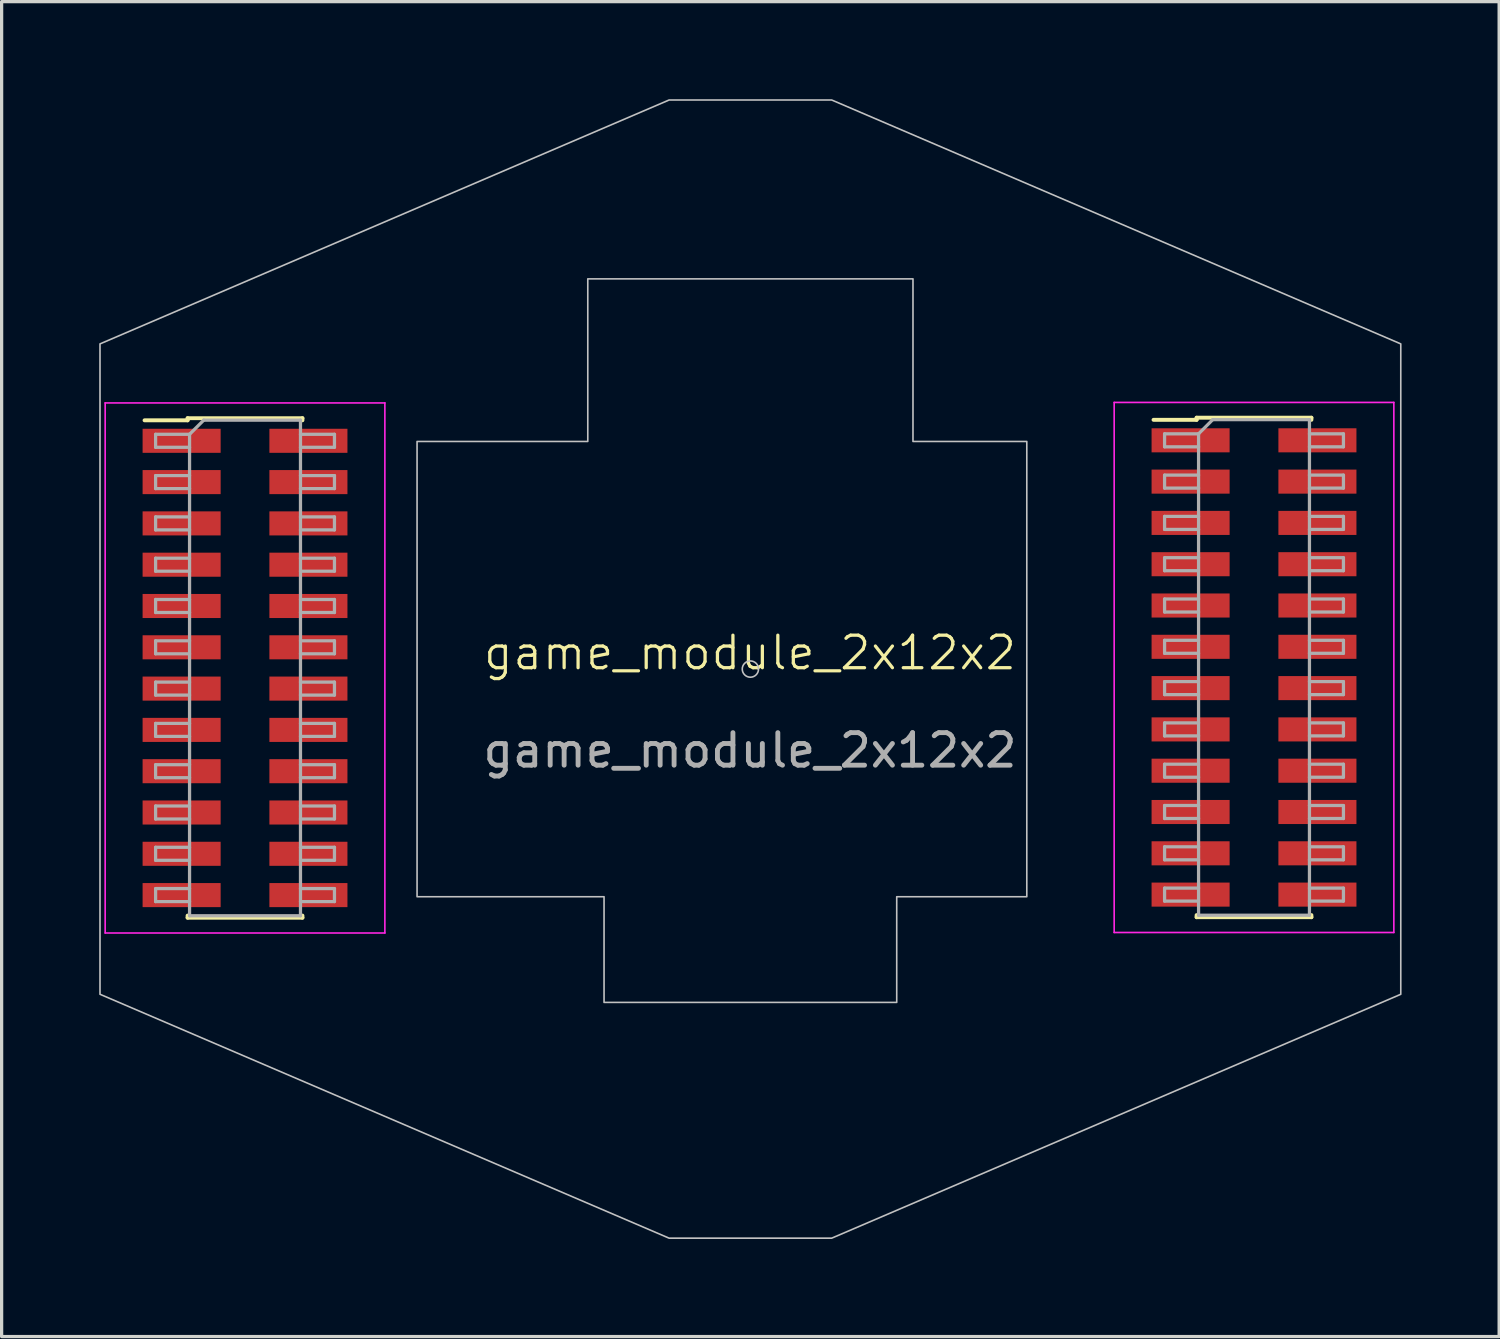
<source format=kicad_pcb>
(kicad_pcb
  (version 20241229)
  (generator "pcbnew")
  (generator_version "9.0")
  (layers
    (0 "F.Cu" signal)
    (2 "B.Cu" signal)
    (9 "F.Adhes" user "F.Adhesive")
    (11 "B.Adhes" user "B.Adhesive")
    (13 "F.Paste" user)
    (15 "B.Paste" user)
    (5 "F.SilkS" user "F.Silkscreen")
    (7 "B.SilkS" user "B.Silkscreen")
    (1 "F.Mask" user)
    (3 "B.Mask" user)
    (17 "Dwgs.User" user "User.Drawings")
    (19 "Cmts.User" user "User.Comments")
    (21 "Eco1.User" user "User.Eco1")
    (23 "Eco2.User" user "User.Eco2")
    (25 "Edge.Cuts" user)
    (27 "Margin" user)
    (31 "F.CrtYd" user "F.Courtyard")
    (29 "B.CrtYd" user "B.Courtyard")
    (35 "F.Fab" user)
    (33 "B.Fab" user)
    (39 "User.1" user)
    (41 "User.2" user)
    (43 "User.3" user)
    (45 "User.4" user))
  (footprint "game_module_2x12x2"
    (layer "F.Cu")
    (at 20.012 17.525)
    (property "Reference" "game_module_2x12x2" (at 0 -0.5 0) (unlocked yes) (layer "F.SilkS") (effects (font (size 1 1) (thickness 0.1))))
    (attr smd)
    (fp_line (start -18.617 -7.65) (end -17.293 -7.65) (stroke (width 0.12) (type solid)) (layer "F.SilkS"))
    (fp_line (start -17.293 -7.715) (end -17.293 -7.65) (stroke (width 0.12) (type solid)) (layer "F.SilkS"))
    (fp_line (start -17.293 -7.715) (end -13.762 -7.715) (stroke (width 0.12) (type solid)) (layer "F.SilkS"))
    (fp_line (start -17.293 7.58) (end -17.293 7.645) (stroke (width 0.12) (type solid)) (layer "F.SilkS"))
    (fp_line (start -17.293 7.645) (end -13.762 7.645) (stroke (width 0.12) (type solid)) (layer "F.SilkS"))
    (fp_line (start -13.762 -7.715) (end -13.762 -7.65) (stroke (width 0.12) (type solid)) (layer "F.SilkS"))
    (fp_line (start -13.762 7.58) (end -13.762 7.645) (stroke (width 0.12) (type solid)) (layer "F.SilkS"))
    (fp_line (start 12.41 -7.665) (end 13.735 -7.665) (stroke (width 0.12) (type solid)) (layer "F.SilkS"))
    (fp_line (start 13.735 -7.73) (end 13.735 -7.665) (stroke (width 0.12) (type solid)) (layer "F.SilkS"))
    (fp_line (start 13.735 -7.73) (end 17.265 -7.73) (stroke (width 0.12) (type solid)) (layer "F.SilkS"))
    (fp_line (start 13.735 7.565) (end 13.735 7.63) (stroke (width 0.12) (type solid)) (layer "F.SilkS"))
    (fp_line (start 13.735 7.63) (end 17.265 7.63) (stroke (width 0.12) (type solid)) (layer "F.SilkS"))
    (fp_line (start 17.265 -7.73) (end 17.265 -7.665) (stroke (width 0.12) (type solid)) (layer "F.SilkS"))
    (fp_line (start 17.265 7.565) (end 17.265 7.63) (stroke (width 0.12) (type solid)) (layer "F.SilkS"))
    (fp_circle (center 0.013 0) (end 0.263 0) (stroke (width 0.05) (type default)) (fill no) (layer "Dwgs.User"))
    (fp_poly (pts (xy -2.487 17.5) (xy 2.513 17.5) (xy 20.013 10) (xy 20.013 -10) (xy 2.513 -17.5) (xy -2.487 -17.5) (xy -19.987 -10) (xy -19.987 10)) (stroke (width 0.05) (type solid)) (fill no) (layer "Dwgs.User"))
    (fp_poly (pts (xy -4.987 -12) (xy 5.013 -12) (xy 5.013 -7) (xy 8.513 -7) (xy 8.513 7) (xy 4.513 7) (xy 4.513 10.25) (xy -4.487 10.25) (xy -4.487 7) (xy -10.237 7) (xy -10.237 -7) (xy -4.987 -7)) (stroke (width 0.05) (type solid)) (fill no) (layer "Dwgs.User"))
    (fp_line (start -19.828 -8.185) (end -19.828 8.115) (stroke (width 0.05) (type solid)) (layer "F.CrtYd"))
    (fp_line (start -19.828 8.115) (end -11.227 8.115) (stroke (width 0.05) (type solid)) (layer "F.CrtYd"))
    (fp_line (start -11.227 -8.185) (end -19.828 -8.185) (stroke (width 0.05) (type solid)) (layer "F.CrtYd"))
    (fp_line (start -11.227 8.115) (end -11.227 -8.185) (stroke (width 0.05) (type solid)) (layer "F.CrtYd"))
    (fp_line (start 11.2 -8.2) (end 11.2 8.1) (stroke (width 0.05) (type solid)) (layer "F.CrtYd"))
    (fp_line (start 11.2 8.1) (end 19.8 8.1) (stroke (width 0.05) (type solid)) (layer "F.CrtYd"))
    (fp_line (start 19.8 -8.2) (end 11.2 -8.2) (stroke (width 0.05) (type solid)) (layer "F.CrtYd"))
    (fp_line (start 19.8 8.1) (end 19.8 -8.2) (stroke (width 0.05) (type solid)) (layer "F.CrtYd"))
    (fp_line (start -18.277 -7.22) (end -18.277 -6.82) (stroke (width 0.1) (type solid)) (layer "F.Fab"))
    (fp_line (start -18.277 -6.82) (end -17.233 -6.82) (stroke (width 0.1) (type solid)) (layer "F.Fab"))
    (fp_line (start -18.277 -5.95) (end -18.277 -5.55) (stroke (width 0.1) (type solid)) (layer "F.Fab"))
    (fp_line (start -18.277 -5.55) (end -17.233 -5.55) (stroke (width 0.1) (type solid)) (layer "F.Fab"))
    (fp_line (start -18.277 -4.68) (end -18.277 -4.28) (stroke (width 0.1) (type solid)) (layer "F.Fab"))
    (fp_line (start -18.277 -4.28) (end -17.233 -4.28) (stroke (width 0.1) (type solid)) (layer "F.Fab"))
    (fp_line (start -18.277 -3.41) (end -18.277 -3.01) (stroke (width 0.1) (type solid)) (layer "F.Fab"))
    (fp_line (start -18.277 -3.01) (end -17.233 -3.01) (stroke (width 0.1) (type solid)) (layer "F.Fab"))
    (fp_line (start -18.277 -2.14) (end -18.277 -1.74) (stroke (width 0.1) (type solid)) (layer "F.Fab"))
    (fp_line (start -18.277 -1.74) (end -17.233 -1.74) (stroke (width 0.1) (type solid)) (layer "F.Fab"))
    (fp_line (start -18.277 -0.87) (end -18.277 -0.47) (stroke (width 0.1) (type solid)) (layer "F.Fab"))
    (fp_line (start -18.277 -0.47) (end -17.233 -0.47) (stroke (width 0.1) (type solid)) (layer "F.Fab"))
    (fp_line (start -18.277 0.4) (end -18.277 0.8) (stroke (width 0.1) (type solid)) (layer "F.Fab"))
    (fp_line (start -18.277 0.8) (end -17.233 0.8) (stroke (width 0.1) (type solid)) (layer "F.Fab"))
    (fp_line (start -18.277 1.67) (end -18.277 2.07) (stroke (width 0.1) (type solid)) (layer "F.Fab"))
    (fp_line (start -18.277 2.07) (end -17.233 2.07) (stroke (width 0.1) (type solid)) (layer "F.Fab"))
    (fp_line (start -18.277 2.94) (end -18.277 3.34) (stroke (width 0.1) (type solid)) (layer "F.Fab"))
    (fp_line (start -18.277 3.34) (end -17.233 3.34) (stroke (width 0.1) (type solid)) (layer "F.Fab"))
    (fp_line (start -18.277 4.21) (end -18.277 4.61) (stroke (width 0.1) (type solid)) (layer "F.Fab"))
    (fp_line (start -18.277 4.61) (end -17.233 4.61) (stroke (width 0.1) (type solid)) (layer "F.Fab"))
    (fp_line (start -18.277 5.48) (end -18.277 5.88) (stroke (width 0.1) (type solid)) (layer "F.Fab"))
    (fp_line (start -18.277 5.88) (end -17.233 5.88) (stroke (width 0.1) (type solid)) (layer "F.Fab"))
    (fp_line (start -18.277 6.75) (end -18.277 7.15) (stroke (width 0.1) (type solid)) (layer "F.Fab"))
    (fp_line (start -18.277 7.15) (end -17.233 7.15) (stroke (width 0.1) (type solid)) (layer "F.Fab"))
    (fp_line (start -17.233 -7.22) (end -18.277 -7.22) (stroke (width 0.1) (type solid)) (layer "F.Fab"))
    (fp_line (start -17.233 -7.22) (end -16.797 -7.655) (stroke (width 0.1) (type solid)) (layer "F.Fab"))
    (fp_line (start -17.233 -5.95) (end -18.277 -5.95) (stroke (width 0.1) (type solid)) (layer "F.Fab"))
    (fp_line (start -17.233 -4.68) (end -18.277 -4.68) (stroke (width 0.1) (type solid)) (layer "F.Fab"))
    (fp_line (start -17.233 -3.41) (end -18.277 -3.41) (stroke (width 0.1) (type solid)) (layer "F.Fab"))
    (fp_line (start -17.233 -2.14) (end -18.277 -2.14) (stroke (width 0.1) (type solid)) (layer "F.Fab"))
    (fp_line (start -17.233 -0.87) (end -18.277 -0.87) (stroke (width 0.1) (type solid)) (layer "F.Fab"))
    (fp_line (start -17.233 0.4) (end -18.277 0.4) (stroke (width 0.1) (type solid)) (layer "F.Fab"))
    (fp_line (start -17.233 1.67) (end -18.277 1.67) (stroke (width 0.1) (type solid)) (layer "F.Fab"))
    (fp_line (start -17.233 2.94) (end -18.277 2.94) (stroke (width 0.1) (type solid)) (layer "F.Fab"))
    (fp_line (start -17.233 4.21) (end -18.277 4.21) (stroke (width 0.1) (type solid)) (layer "F.Fab"))
    (fp_line (start -17.233 5.48) (end -18.277 5.48) (stroke (width 0.1) (type solid)) (layer "F.Fab"))
    (fp_line (start -17.233 6.75) (end -18.277 6.75) (stroke (width 0.1) (type solid)) (layer "F.Fab"))
    (fp_line (start -17.233 7.585) (end -17.233 -7.22) (stroke (width 0.1) (type solid)) (layer "F.Fab"))
    (fp_line (start -16.797 -7.655) (end -13.822 -7.655) (stroke (width 0.1) (type solid)) (layer "F.Fab"))
    (fp_line (start -13.822 -7.655) (end -13.822 7.585) (stroke (width 0.1) (type solid)) (layer "F.Fab"))
    (fp_line (start -13.822 -7.22) (end -12.777 -7.22) (stroke (width 0.1) (type solid)) (layer "F.Fab"))
    (fp_line (start -13.822 -5.95) (end -12.777 -5.95) (stroke (width 0.1) (type solid)) (layer "F.Fab"))
    (fp_line (start -13.822 -4.68) (end -12.777 -4.68) (stroke (width 0.1) (type solid)) (layer "F.Fab"))
    (fp_line (start -13.822 -3.41) (end -12.777 -3.41) (stroke (width 0.1) (type solid)) (layer "F.Fab"))
    (fp_line (start -13.822 -2.14) (end -12.777 -2.14) (stroke (width 0.1) (type solid)) (layer "F.Fab"))
    (fp_line (start -13.822 -0.87) (end -12.777 -0.87) (stroke (width 0.1) (type solid)) (layer "F.Fab"))
    (fp_line (start -13.822 0.4) (end -12.777 0.4) (stroke (width 0.1) (type solid)) (layer "F.Fab"))
    (fp_line (start -13.822 1.67) (end -12.777 1.67) (stroke (width 0.1) (type solid)) (layer "F.Fab"))
    (fp_line (start -13.822 2.94) (end -12.777 2.94) (stroke (width 0.1) (type solid)) (layer "F.Fab"))
    (fp_line (start -13.822 4.21) (end -12.777 4.21) (stroke (width 0.1) (type solid)) (layer "F.Fab"))
    (fp_line (start -13.822 5.48) (end -12.777 5.48) (stroke (width 0.1) (type solid)) (layer "F.Fab"))
    (fp_line (start -13.822 6.75) (end -12.777 6.75) (stroke (width 0.1) (type solid)) (layer "F.Fab"))
    (fp_line (start -13.822 7.585) (end -17.233 7.585) (stroke (width 0.1) (type solid)) (layer "F.Fab"))
    (fp_line (start -12.777 -7.22) (end -12.777 -6.82) (stroke (width 0.1) (type solid)) (layer "F.Fab"))
    (fp_line (start -12.777 -6.82) (end -13.822 -6.82) (stroke (width 0.1) (type solid)) (layer "F.Fab"))
    (fp_line (start -12.777 -5.95) (end -12.777 -5.55) (stroke (width 0.1) (type solid)) (layer "F.Fab"))
    (fp_line (start -12.777 -5.55) (end -13.822 -5.55) (stroke (width 0.1) (type solid)) (layer "F.Fab"))
    (fp_line (start -12.777 -4.68) (end -12.777 -4.28) (stroke (width 0.1) (type solid)) (layer "F.Fab"))
    (fp_line (start -12.777 -4.28) (end -13.822 -4.28) (stroke (width 0.1) (type solid)) (layer "F.Fab"))
    (fp_line (start -12.777 -3.41) (end -12.777 -3.01) (stroke (width 0.1) (type solid)) (layer "F.Fab"))
    (fp_line (start -12.777 -3.01) (end -13.822 -3.01) (stroke (width 0.1) (type solid)) (layer "F.Fab"))
    (fp_line (start -12.777 -2.14) (end -12.777 -1.74) (stroke (width 0.1) (type solid)) (layer "F.Fab"))
    (fp_line (start -12.777 -1.74) (end -13.822 -1.74) (stroke (width 0.1) (type solid)) (layer "F.Fab"))
    (fp_line (start -12.777 -0.87) (end -12.777 -0.47) (stroke (width 0.1) (type solid)) (layer "F.Fab"))
    (fp_line (start -12.777 -0.47) (end -13.822 -0.47) (stroke (width 0.1) (type solid)) (layer "F.Fab"))
    (fp_line (start -12.777 0.4) (end -12.777 0.8) (stroke (width 0.1) (type solid)) (layer "F.Fab"))
    (fp_line (start -12.777 0.8) (end -13.822 0.8) (stroke (width 0.1) (type solid)) (layer "F.Fab"))
    (fp_line (start -12.777 1.67) (end -12.777 2.07) (stroke (width 0.1) (type solid)) (layer "F.Fab"))
    (fp_line (start -12.777 2.07) (end -13.822 2.07) (stroke (width 0.1) (type solid)) (layer "F.Fab"))
    (fp_line (start -12.777 2.94) (end -12.777 3.34) (stroke (width 0.1) (type solid)) (layer "F.Fab"))
    (fp_line (start -12.777 3.34) (end -13.822 3.34) (stroke (width 0.1) (type solid)) (layer "F.Fab"))
    (fp_line (start -12.777 4.21) (end -12.777 4.61) (stroke (width 0.1) (type solid)) (layer "F.Fab"))
    (fp_line (start -12.777 4.61) (end -13.822 4.61) (stroke (width 0.1) (type solid)) (layer "F.Fab"))
    (fp_line (start -12.777 5.48) (end -12.777 5.88) (stroke (width 0.1) (type solid)) (layer "F.Fab"))
    (fp_line (start -12.777 5.88) (end -13.822 5.88) (stroke (width 0.1) (type solid)) (layer "F.Fab"))
    (fp_line (start -12.777 6.75) (end -12.777 7.15) (stroke (width 0.1) (type solid)) (layer "F.Fab"))
    (fp_line (start -12.777 7.15) (end -13.822 7.15) (stroke (width 0.1) (type solid)) (layer "F.Fab"))
    (fp_line (start 12.75 -7.235) (end 12.75 -6.835) (stroke (width 0.1) (type solid)) (layer "F.Fab"))
    (fp_line (start 12.75 -6.835) (end 13.795 -6.835) (stroke (width 0.1) (type solid)) (layer "F.Fab"))
    (fp_line (start 12.75 -5.965) (end 12.75 -5.565) (stroke (width 0.1) (type solid)) (layer "F.Fab"))
    (fp_line (start 12.75 -5.565) (end 13.795 -5.565) (stroke (width 0.1) (type solid)) (layer "F.Fab"))
    (fp_line (start 12.75 -4.695) (end 12.75 -4.295) (stroke (width 0.1) (type solid)) (layer "F.Fab"))
    (fp_line (start 12.75 -4.295) (end 13.795 -4.295) (stroke (width 0.1) (type solid)) (layer "F.Fab"))
    (fp_line (start 12.75 -3.425) (end 12.75 -3.025) (stroke (width 0.1) (type solid)) (layer "F.Fab"))
    (fp_line (start 12.75 -3.025) (end 13.795 -3.025) (stroke (width 0.1) (type solid)) (layer "F.Fab"))
    (fp_line (start 12.75 -2.155) (end 12.75 -1.755) (stroke (width 0.1) (type solid)) (layer "F.Fab"))
    (fp_line (start 12.75 -1.755) (end 13.795 -1.755) (stroke (width 0.1) (type solid)) (layer "F.Fab"))
    (fp_line (start 12.75 -0.885) (end 12.75 -0.485) (stroke (width 0.1) (type solid)) (layer "F.Fab"))
    (fp_line (start 12.75 -0.485) (end 13.795 -0.485) (stroke (width 0.1) (type solid)) (layer "F.Fab"))
    (fp_line (start 12.75 0.385) (end 12.75 0.785) (stroke (width 0.1) (type solid)) (layer "F.Fab"))
    (fp_line (start 12.75 0.785) (end 13.795 0.785) (stroke (width 0.1) (type solid)) (layer "F.Fab"))
    (fp_line (start 12.75 1.655) (end 12.75 2.055) (stroke (width 0.1) (type solid)) (layer "F.Fab"))
    (fp_line (start 12.75 2.055) (end 13.795 2.055) (stroke (width 0.1) (type solid)) (layer "F.Fab"))
    (fp_line (start 12.75 2.925) (end 12.75 3.325) (stroke (width 0.1) (type solid)) (layer "F.Fab"))
    (fp_line (start 12.75 3.325) (end 13.795 3.325) (stroke (width 0.1) (type solid)) (layer "F.Fab"))
    (fp_line (start 12.75 4.195) (end 12.75 4.595) (stroke (width 0.1) (type solid)) (layer "F.Fab"))
    (fp_line (start 12.75 4.595) (end 13.795 4.595) (stroke (width 0.1) (type solid)) (layer "F.Fab"))
    (fp_line (start 12.75 5.465) (end 12.75 5.865) (stroke (width 0.1) (type solid)) (layer "F.Fab"))
    (fp_line (start 12.75 5.865) (end 13.795 5.865) (stroke (width 0.1) (type solid)) (layer "F.Fab"))
    (fp_line (start 12.75 6.735) (end 12.75 7.135) (stroke (width 0.1) (type solid)) (layer "F.Fab"))
    (fp_line (start 12.75 7.135) (end 13.795 7.135) (stroke (width 0.1) (type solid)) (layer "F.Fab"))
    (fp_line (start 13.795 -7.235) (end 12.75 -7.235) (stroke (width 0.1) (type solid)) (layer "F.Fab"))
    (fp_line (start 13.795 -7.235) (end 14.23 -7.67) (stroke (width 0.1) (type solid)) (layer "F.Fab"))
    (fp_line (start 13.795 -5.965) (end 12.75 -5.965) (stroke (width 0.1) (type solid)) (layer "F.Fab"))
    (fp_line (start 13.795 -4.695) (end 12.75 -4.695) (stroke (width 0.1) (type solid)) (layer "F.Fab"))
    (fp_line (start 13.795 -3.425) (end 12.75 -3.425) (stroke (width 0.1) (type solid)) (layer "F.Fab"))
    (fp_line (start 13.795 -2.155) (end 12.75 -2.155) (stroke (width 0.1) (type solid)) (layer "F.Fab"))
    (fp_line (start 13.795 -0.885) (end 12.75 -0.885) (stroke (width 0.1) (type solid)) (layer "F.Fab"))
    (fp_line (start 13.795 0.385) (end 12.75 0.385) (stroke (width 0.1) (type solid)) (layer "F.Fab"))
    (fp_line (start 13.795 1.655) (end 12.75 1.655) (stroke (width 0.1) (type solid)) (layer "F.Fab"))
    (fp_line (start 13.795 2.925) (end 12.75 2.925) (stroke (width 0.1) (type solid)) (layer "F.Fab"))
    (fp_line (start 13.795 4.195) (end 12.75 4.195) (stroke (width 0.1) (type solid)) (layer "F.Fab"))
    (fp_line (start 13.795 5.465) (end 12.75 5.465) (stroke (width 0.1) (type solid)) (layer "F.Fab"))
    (fp_line (start 13.795 6.735) (end 12.75 6.735) (stroke (width 0.1) (type solid)) (layer "F.Fab"))
    (fp_line (start 13.795 7.57) (end 13.795 -7.235) (stroke (width 0.1) (type solid)) (layer "F.Fab"))
    (fp_line (start 14.23 -7.67) (end 17.205 -7.67) (stroke (width 0.1) (type solid)) (layer "F.Fab"))
    (fp_line (start 17.205 -7.67) (end 17.205 7.57) (stroke (width 0.1) (type solid)) (layer "F.Fab"))
    (fp_line (start 17.205 -7.235) (end 18.25 -7.235) (stroke (width 0.1) (type solid)) (layer "F.Fab"))
    (fp_line (start 17.205 -5.965) (end 18.25 -5.965) (stroke (width 0.1) (type solid)) (layer "F.Fab"))
    (fp_line (start 17.205 -4.695) (end 18.25 -4.695) (stroke (width 0.1) (type solid)) (layer "F.Fab"))
    (fp_line (start 17.205 -3.425) (end 18.25 -3.425) (stroke (width 0.1) (type solid)) (layer "F.Fab"))
    (fp_line (start 17.205 -2.155) (end 18.25 -2.155) (stroke (width 0.1) (type solid)) (layer "F.Fab"))
    (fp_line (start 17.205 -0.885) (end 18.25 -0.885) (stroke (width 0.1) (type solid)) (layer "F.Fab"))
    (fp_line (start 17.205 0.385) (end 18.25 0.385) (stroke (width 0.1) (type solid)) (layer "F.Fab"))
    (fp_line (start 17.205 1.655) (end 18.25 1.655) (stroke (width 0.1) (type solid)) (layer "F.Fab"))
    (fp_line (start 17.205 2.925) (end 18.25 2.925) (stroke (width 0.1) (type solid)) (layer "F.Fab"))
    (fp_line (start 17.205 4.195) (end 18.25 4.195) (stroke (width 0.1) (type solid)) (layer "F.Fab"))
    (fp_line (start 17.205 5.465) (end 18.25 5.465) (stroke (width 0.1) (type solid)) (layer "F.Fab"))
    (fp_line (start 17.205 6.735) (end 18.25 6.735) (stroke (width 0.1) (type solid)) (layer "F.Fab"))
    (fp_line (start 17.205 7.57) (end 13.795 7.57) (stroke (width 0.1) (type solid)) (layer "F.Fab"))
    (fp_line (start 18.25 -7.235) (end 18.25 -6.835) (stroke (width 0.1) (type solid)) (layer "F.Fab"))
    (fp_line (start 18.25 -6.835) (end 17.205 -6.835) (stroke (width 0.1) (type solid)) (layer "F.Fab"))
    (fp_line (start 18.25 -5.965) (end 18.25 -5.565) (stroke (width 0.1) (type solid)) (layer "F.Fab"))
    (fp_line (start 18.25 -5.565) (end 17.205 -5.565) (stroke (width 0.1) (type solid)) (layer "F.Fab"))
    (fp_line (start 18.25 -4.695) (end 18.25 -4.295) (stroke (width 0.1) (type solid)) (layer "F.Fab"))
    (fp_line (start 18.25 -4.295) (end 17.205 -4.295) (stroke (width 0.1) (type solid)) (layer "F.Fab"))
    (fp_line (start 18.25 -3.425) (end 18.25 -3.025) (stroke (width 0.1) (type solid)) (layer "F.Fab"))
    (fp_line (start 18.25 -3.025) (end 17.205 -3.025) (stroke (width 0.1) (type solid)) (layer "F.Fab"))
    (fp_line (start 18.25 -2.155) (end 18.25 -1.755) (stroke (width 0.1) (type solid)) (layer "F.Fab"))
    (fp_line (start 18.25 -1.755) (end 17.205 -1.755) (stroke (width 0.1) (type solid)) (layer "F.Fab"))
    (fp_line (start 18.25 -0.885) (end 18.25 -0.485) (stroke (width 0.1) (type solid)) (layer "F.Fab"))
    (fp_line (start 18.25 -0.485) (end 17.205 -0.485) (stroke (width 0.1) (type solid)) (layer "F.Fab"))
    (fp_line (start 18.25 0.385) (end 18.25 0.785) (stroke (width 0.1) (type solid)) (layer "F.Fab"))
    (fp_line (start 18.25 0.785) (end 17.205 0.785) (stroke (width 0.1) (type solid)) (layer "F.Fab"))
    (fp_line (start 18.25 1.655) (end 18.25 2.055) (stroke (width 0.1) (type solid)) (layer "F.Fab"))
    (fp_line (start 18.25 2.055) (end 17.205 2.055) (stroke (width 0.1) (type solid)) (layer "F.Fab"))
    (fp_line (start 18.25 2.925) (end 18.25 3.325) (stroke (width 0.1) (type solid)) (layer "F.Fab"))
    (fp_line (start 18.25 3.325) (end 17.205 3.325) (stroke (width 0.1) (type solid)) (layer "F.Fab"))
    (fp_line (start 18.25 4.195) (end 18.25 4.595) (stroke (width 0.1) (type solid)) (layer "F.Fab"))
    (fp_line (start 18.25 4.595) (end 17.205 4.595) (stroke (width 0.1) (type solid)) (layer "F.Fab"))
    (fp_line (start 18.25 5.465) (end 18.25 5.865) (stroke (width 0.1) (type solid)) (layer "F.Fab"))
    (fp_line (start 18.25 5.865) (end 17.205 5.865) (stroke (width 0.1) (type solid)) (layer "F.Fab"))
    (fp_line (start 18.25 6.735) (end 18.25 7.135) (stroke (width 0.1) (type solid)) (layer "F.Fab"))
    (fp_line (start 18.25 7.135) (end 17.205 7.135) (stroke (width 0.1) (type solid)) (layer "F.Fab"))
    (fp_text user "${REFERENCE}" (at 0 2.5 0) (unlocked yes) (layer "F.Fab") (effects (font (size 1 1) (thickness 0.15))))
    (pad "1" smd rect (at -17.477 -7.02) (size 2.4 0.74) (layers "F.Cu" "F.Mask" "F.Paste"))
    (pad "2" smd rect (at -13.578 -7.02) (size 2.4 0.74) (layers "F.Cu" "F.Mask" "F.Paste"))
    (pad "3" smd rect (at -17.477 -5.75) (size 2.4 0.74) (layers "F.Cu" "F.Mask" "F.Paste"))
    (pad "4" smd rect (at -13.578 -5.75) (size 2.4 0.74) (layers "F.Cu" "F.Mask" "F.Paste"))
    (pad "5" smd rect (at -17.477 -4.48) (size 2.4 0.74) (layers "F.Cu" "F.Mask" "F.Paste"))
    (pad "6" smd rect (at -13.578 -4.48) (size 2.4 0.74) (layers "F.Cu" "F.Mask" "F.Paste"))
    (pad "7" smd rect (at -17.477 -3.21) (size 2.4 0.74) (layers "F.Cu" "F.Mask" "F.Paste"))
    (pad "8" smd rect (at -13.578 -3.21) (size 2.4 0.74) (layers "F.Cu" "F.Mask" "F.Paste"))
    (pad "9" smd rect (at -17.477 -1.94) (size 2.4 0.74) (layers "F.Cu" "F.Mask" "F.Paste"))
    (pad "10" smd rect (at -13.578 -1.94) (size 2.4 0.74) (layers "F.Cu" "F.Mask" "F.Paste"))
    (pad "11" smd rect (at -17.477 -0.67) (size 2.4 0.74) (layers "F.Cu" "F.Mask" "F.Paste"))
    (pad "12" smd rect (at -13.578 -0.67) (size 2.4 0.74) (layers "F.Cu" "F.Mask" "F.Paste"))
    (pad "13" smd rect (at -17.477 0.6) (size 2.4 0.74) (layers "F.Cu" "F.Mask" "F.Paste"))
    (pad "14" smd rect (at -13.578 0.6) (size 2.4 0.74) (layers "F.Cu" "F.Mask" "F.Paste"))
    (pad "15" smd rect (at -17.477 1.87) (size 2.4 0.74) (layers "F.Cu" "F.Mask" "F.Paste"))
    (pad "16" smd rect (at -13.578 1.87) (size 2.4 0.74) (layers "F.Cu" "F.Mask" "F.Paste"))
    (pad "17" smd rect (at -17.477 3.14) (size 2.4 0.74) (layers "F.Cu" "F.Mask" "F.Paste"))
    (pad "18" smd rect (at -13.578 3.14) (size 2.4 0.74) (layers "F.Cu" "F.Mask" "F.Paste"))
    (pad "19" smd rect (at -17.477 4.41) (size 2.4 0.74) (layers "F.Cu" "F.Mask" "F.Paste"))
    (pad "20" smd rect (at -13.578 4.41) (size 2.4 0.74) (layers "F.Cu" "F.Mask" "F.Paste"))
    (pad "21" smd rect (at -17.477 5.68) (size 2.4 0.74) (layers "F.Cu" "F.Mask" "F.Paste"))
    (pad "22" smd rect (at -13.578 5.68) (size 2.4 0.74) (layers "F.Cu" "F.Mask" "F.Paste"))
    (pad "23" smd rect (at -17.477 6.95) (size 2.4 0.74) (layers "F.Cu" "F.Mask" "F.Paste"))
    (pad "24" smd rect (at -13.578 6.95) (size 2.4 0.74) (layers "F.Cu" "F.Mask" "F.Paste"))
    (pad "25" smd rect (at 13.55 -7.035) (size 2.4 0.74) (layers "F.Cu" "F.Mask" "F.Paste"))
    (pad "26" smd rect (at 17.45 -7.035) (size 2.4 0.74) (layers "F.Cu" "F.Mask" "F.Paste"))
    (pad "27" smd rect (at 13.55 -5.765) (size 2.4 0.74) (layers "F.Cu" "F.Mask" "F.Paste"))
    (pad "28" smd rect (at 17.45 -5.765) (size 2.4 0.74) (layers "F.Cu" "F.Mask" "F.Paste"))
    (pad "29" smd rect (at 13.55 -4.495) (size 2.4 0.74) (layers "F.Cu" "F.Mask" "F.Paste"))
    (pad "30" smd rect (at 17.45 -4.495) (size 2.4 0.74) (layers "F.Cu" "F.Mask" "F.Paste"))
    (pad "31" smd rect (at 13.55 -3.225) (size 2.4 0.74) (layers "F.Cu" "F.Mask" "F.Paste"))
    (pad "32" smd rect (at 17.45 -3.225) (size 2.4 0.74) (layers "F.Cu" "F.Mask" "F.Paste"))
    (pad "33" smd rect (at 13.55 -1.955) (size 2.4 0.74) (layers "F.Cu" "F.Mask" "F.Paste"))
    (pad "34" smd rect (at 17.45 -1.955) (size 2.4 0.74) (layers "F.Cu" "F.Mask" "F.Paste"))
    (pad "35" smd rect (at 13.55 -0.685) (size 2.4 0.74) (layers "F.Cu" "F.Mask" "F.Paste"))
    (pad "36" smd rect (at 17.45 -0.685) (size 2.4 0.74) (layers "F.Cu" "F.Mask" "F.Paste"))
    (pad "37" smd rect (at 13.55 0.585) (size 2.4 0.74) (layers "F.Cu" "F.Mask" "F.Paste"))
    (pad "38" smd rect (at 17.45 0.585) (size 2.4 0.74) (layers "F.Cu" "F.Mask" "F.Paste"))
    (pad "39" smd rect (at 13.55 1.855) (size 2.4 0.74) (layers "F.Cu" "F.Mask" "F.Paste"))
    (pad "40" smd rect (at 17.45 1.855) (size 2.4 0.74) (layers "F.Cu" "F.Mask" "F.Paste"))
    (pad "41" smd rect (at 13.55 3.125) (size 2.4 0.74) (layers "F.Cu" "F.Mask" "F.Paste"))
    (pad "42" smd rect (at 17.45 3.125) (size 2.4 0.74) (layers "F.Cu" "F.Mask" "F.Paste"))
    (pad "43" smd rect (at 13.55 4.395) (size 2.4 0.74) (layers "F.Cu" "F.Mask" "F.Paste"))
    (pad "44" smd rect (at 17.45 4.395) (size 2.4 0.74) (layers "F.Cu" "F.Mask" "F.Paste"))
    (pad "45" smd rect (at 13.55 5.665) (size 2.4 0.74) (layers "F.Cu" "F.Mask" "F.Paste"))
    (pad "46" smd rect (at 17.45 5.665) (size 2.4 0.74) (layers "F.Cu" "F.Mask" "F.Paste"))
    (pad "47" smd rect (at 13.55 6.935) (size 2.4 0.74) (layers "F.Cu" "F.Mask" "F.Paste"))
    (pad "48" smd rect (at 17.45 6.935) (size 2.4 0.74) (layers "F.Cu" "F.Mask" "F.Paste")))
  (gr_rect
    (start -3 -3)
    (end 43.05 38.05)
    (stroke (width 0.1) (type default))
    (fill no)
    (layer "Edge.Cuts")))
</source>
